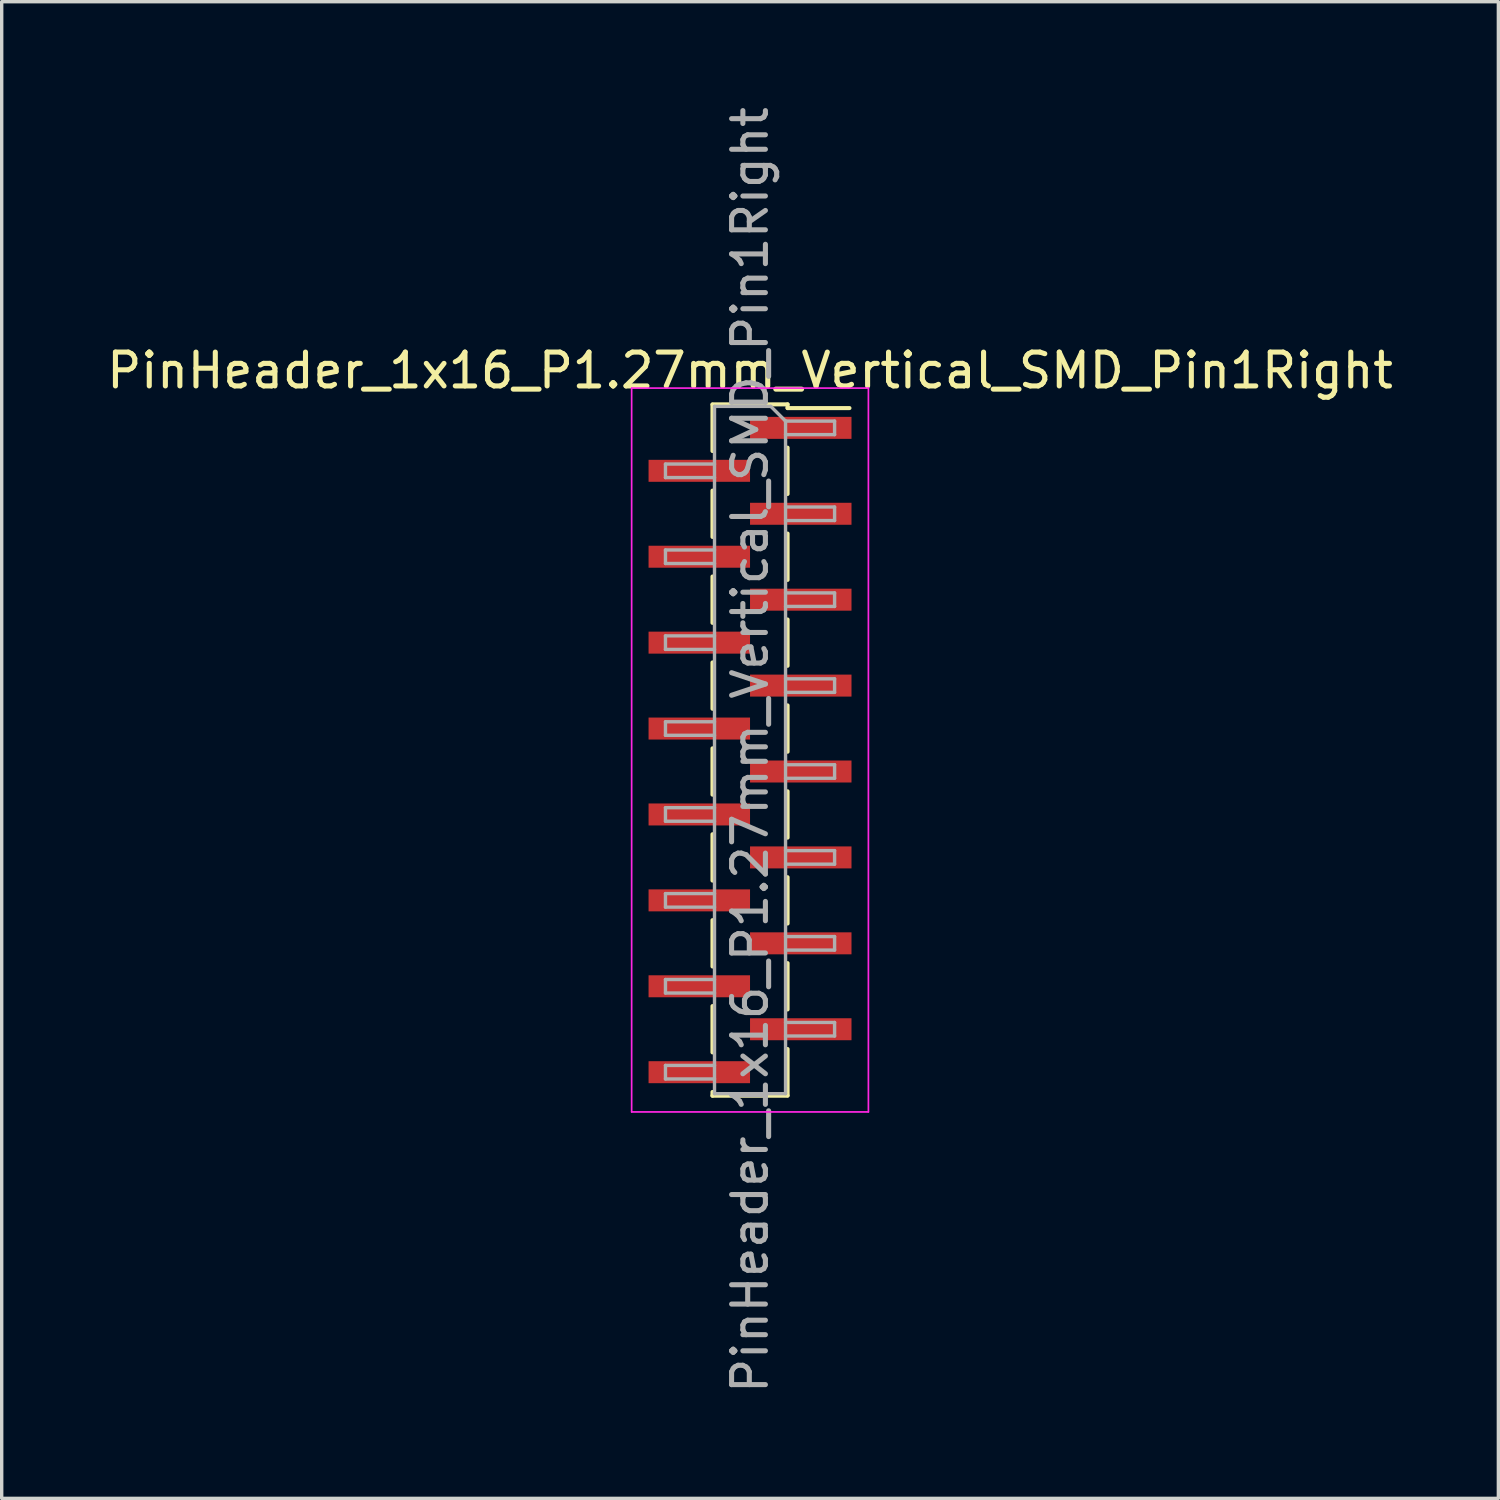
<source format=kicad_pcb>
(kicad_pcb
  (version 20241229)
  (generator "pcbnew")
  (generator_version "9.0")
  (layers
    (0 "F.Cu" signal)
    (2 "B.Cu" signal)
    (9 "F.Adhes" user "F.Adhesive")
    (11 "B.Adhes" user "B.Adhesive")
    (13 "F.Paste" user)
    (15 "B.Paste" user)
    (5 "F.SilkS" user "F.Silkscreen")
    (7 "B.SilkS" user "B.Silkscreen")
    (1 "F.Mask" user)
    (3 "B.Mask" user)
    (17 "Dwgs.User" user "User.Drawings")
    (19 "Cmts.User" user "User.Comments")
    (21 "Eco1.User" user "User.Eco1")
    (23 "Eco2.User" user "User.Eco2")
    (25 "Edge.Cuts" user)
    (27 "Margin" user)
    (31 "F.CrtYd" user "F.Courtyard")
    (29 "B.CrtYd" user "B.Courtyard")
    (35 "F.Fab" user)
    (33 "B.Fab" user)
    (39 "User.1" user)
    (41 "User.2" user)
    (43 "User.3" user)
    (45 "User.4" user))
  (footprint "PinHeader_1x16_P1.27mm_Vertical_SMD_Pin1Right"
    (layer "F.Cu")
    (at 19.125 19.125)
    (property "Reference" "PinHeader_1x16_P1.27mm_Vertical_SMD_Pin1Right" (at 0 -11.22 0) (layer "F.SilkS") (effects (font (size 1 1) (thickness 0.15))))
    (attr smd)
    (fp_line (start -1.11 -10.22) (end 1.11 -10.22) (stroke (width 0.12) (type solid)) (layer "F.SilkS"))
    (fp_line (start -1.11 -10.21) (end -1.11 -8.84) (stroke (width 0.12) (type solid)) (layer "F.SilkS"))
    (fp_line (start -1.11 -7.67) (end -1.11 -6.3) (stroke (width 0.12) (type solid)) (layer "F.SilkS"))
    (fp_line (start -1.11 -5.13) (end -1.11 -3.76) (stroke (width 0.12) (type solid)) (layer "F.SilkS"))
    (fp_line (start -1.11 -2.59) (end -1.11 -1.22) (stroke (width 0.12) (type solid)) (layer "F.SilkS"))
    (fp_line (start -1.11 -0.05) (end -1.11 1.32) (stroke (width 0.12) (type solid)) (layer "F.SilkS"))
    (fp_line (start -1.11 2.49) (end -1.11 3.86) (stroke (width 0.12) (type solid)) (layer "F.SilkS"))
    (fp_line (start -1.11 5.03) (end -1.11 6.4) (stroke (width 0.12) (type solid)) (layer "F.SilkS"))
    (fp_line (start -1.11 7.57) (end -1.11 8.94) (stroke (width 0.12) (type solid)) (layer "F.SilkS"))
    (fp_line (start -1.11 10.11) (end -1.11 10.22) (stroke (width 0.12) (type solid)) (layer "F.SilkS"))
    (fp_line (start -1.11 10.22) (end 1.11 10.22) (stroke (width 0.12) (type solid)) (layer "F.SilkS"))
    (fp_line (start 1.11 -10.22) (end 1.11 -10.11) (stroke (width 0.12) (type solid)) (layer "F.SilkS"))
    (fp_line (start 1.11 -10.11) (end 2.94 -10.11) (stroke (width 0.12) (type solid)) (layer "F.SilkS"))
    (fp_line (start 1.11 -8.94) (end 1.11 -7.57) (stroke (width 0.12) (type solid)) (layer "F.SilkS"))
    (fp_line (start 1.11 -6.4) (end 1.11 -5.03) (stroke (width 0.12) (type solid)) (layer "F.SilkS"))
    (fp_line (start 1.11 -3.86) (end 1.11 -2.49) (stroke (width 0.12) (type solid)) (layer "F.SilkS"))
    (fp_line (start 1.11 -1.32) (end 1.11 0.05) (stroke (width 0.12) (type solid)) (layer "F.SilkS"))
    (fp_line (start 1.11 1.22) (end 1.11 2.59) (stroke (width 0.12) (type solid)) (layer "F.SilkS"))
    (fp_line (start 1.11 3.76) (end 1.11 5.13) (stroke (width 0.12) (type solid)) (layer "F.SilkS"))
    (fp_line (start 1.11 6.3) (end 1.11 7.67) (stroke (width 0.12) (type solid)) (layer "F.SilkS"))
    (fp_line (start 1.11 8.84) (end 1.11 10.21) (stroke (width 0.12) (type solid)) (layer "F.SilkS"))
    (fp_line (start -3.5 -10.7) (end -3.5 10.7) (stroke (width 0.05) (type solid)) (layer "F.CrtYd"))
    (fp_line (start -3.5 10.7) (end 3.5 10.7) (stroke (width 0.05) (type solid)) (layer "F.CrtYd"))
    (fp_line (start 3.5 -10.7) (end -3.5 -10.7) (stroke (width 0.05) (type solid)) (layer "F.CrtYd"))
    (fp_line (start 3.5 10.7) (end 3.5 -10.7) (stroke (width 0.05) (type solid)) (layer "F.CrtYd"))
    (fp_line (start -2.5 -8.455) (end -2.5 -8.055) (stroke (width 0.1) (type solid)) (layer "F.Fab"))
    (fp_line (start -2.5 -8.055) (end -1.05 -8.055) (stroke (width 0.1) (type solid)) (layer "F.Fab"))
    (fp_line (start -2.5 -5.915) (end -2.5 -5.515) (stroke (width 0.1) (type solid)) (layer "F.Fab"))
    (fp_line (start -2.5 -5.515) (end -1.05 -5.515) (stroke (width 0.1) (type solid)) (layer "F.Fab"))
    (fp_line (start -2.5 -3.375) (end -2.5 -2.975) (stroke (width 0.1) (type solid)) (layer "F.Fab"))
    (fp_line (start -2.5 -2.975) (end -1.05 -2.975) (stroke (width 0.1) (type solid)) (layer "F.Fab"))
    (fp_line (start -2.5 -0.835) (end -2.5 -0.435) (stroke (width 0.1) (type solid)) (layer "F.Fab"))
    (fp_line (start -2.5 -0.435) (end -1.05 -0.435) (stroke (width 0.1) (type solid)) (layer "F.Fab"))
    (fp_line (start -2.5 1.705) (end -2.5 2.105) (stroke (width 0.1) (type solid)) (layer "F.Fab"))
    (fp_line (start -2.5 2.105) (end -1.05 2.105) (stroke (width 0.1) (type solid)) (layer "F.Fab"))
    (fp_line (start -2.5 4.245) (end -2.5 4.645) (stroke (width 0.1) (type solid)) (layer "F.Fab"))
    (fp_line (start -2.5 4.645) (end -1.05 4.645) (stroke (width 0.1) (type solid)) (layer "F.Fab"))
    (fp_line (start -2.5 6.785) (end -2.5 7.185) (stroke (width 0.1) (type solid)) (layer "F.Fab"))
    (fp_line (start -2.5 7.185) (end -1.05 7.185) (stroke (width 0.1) (type solid)) (layer "F.Fab"))
    (fp_line (start -2.5 9.325) (end -2.5 9.725) (stroke (width 0.1) (type solid)) (layer "F.Fab"))
    (fp_line (start -2.5 9.725) (end -1.05 9.725) (stroke (width 0.1) (type solid)) (layer "F.Fab"))
    (fp_line (start -1.05 -10.16) (end -1.05 10.16) (stroke (width 0.1) (type solid)) (layer "F.Fab"))
    (fp_line (start -1.05 -10.16) (end 0.615 -10.16) (stroke (width 0.1) (type solid)) (layer "F.Fab"))
    (fp_line (start -1.05 -8.455) (end -2.5 -8.455) (stroke (width 0.1) (type solid)) (layer "F.Fab"))
    (fp_line (start -1.05 -5.915) (end -2.5 -5.915) (stroke (width 0.1) (type solid)) (layer "F.Fab"))
    (fp_line (start -1.05 -3.375) (end -2.5 -3.375) (stroke (width 0.1) (type solid)) (layer "F.Fab"))
    (fp_line (start -1.05 -0.835) (end -2.5 -0.835) (stroke (width 0.1) (type solid)) (layer "F.Fab"))
    (fp_line (start -1.05 1.705) (end -2.5 1.705) (stroke (width 0.1) (type solid)) (layer "F.Fab"))
    (fp_line (start -1.05 4.245) (end -2.5 4.245) (stroke (width 0.1) (type solid)) (layer "F.Fab"))
    (fp_line (start -1.05 6.785) (end -2.5 6.785) (stroke (width 0.1) (type solid)) (layer "F.Fab"))
    (fp_line (start -1.05 9.325) (end -2.5 9.325) (stroke (width 0.1) (type solid)) (layer "F.Fab"))
    (fp_line (start 1.05 -9.725) (end 0.615 -10.16) (stroke (width 0.1) (type solid)) (layer "F.Fab"))
    (fp_line (start 1.05 -9.725) (end 2.5 -9.725) (stroke (width 0.1) (type solid)) (layer "F.Fab"))
    (fp_line (start 1.05 -7.185) (end 2.5 -7.185) (stroke (width 0.1) (type solid)) (layer "F.Fab"))
    (fp_line (start 1.05 -4.645) (end 2.5 -4.645) (stroke (width 0.1) (type solid)) (layer "F.Fab"))
    (fp_line (start 1.05 -2.105) (end 2.5 -2.105) (stroke (width 0.1) (type solid)) (layer "F.Fab"))
    (fp_line (start 1.05 0.435) (end 2.5 0.435) (stroke (width 0.1) (type solid)) (layer "F.Fab"))
    (fp_line (start 1.05 2.975) (end 2.5 2.975) (stroke (width 0.1) (type solid)) (layer "F.Fab"))
    (fp_line (start 1.05 5.515) (end 2.5 5.515) (stroke (width 0.1) (type solid)) (layer "F.Fab"))
    (fp_line (start 1.05 8.055) (end 2.5 8.055) (stroke (width 0.1) (type solid)) (layer "F.Fab"))
    (fp_line (start 1.05 10.16) (end -1.05 10.16) (stroke (width 0.1) (type solid)) (layer "F.Fab"))
    (fp_line (start 1.05 10.16) (end 1.05 -9.725) (stroke (width 0.1) (type solid)) (layer "F.Fab"))
    (fp_line (start 2.5 -9.725) (end 2.5 -9.325) (stroke (width 0.1) (type solid)) (layer "F.Fab"))
    (fp_line (start 2.5 -9.325) (end 1.05 -9.325) (stroke (width 0.1) (type solid)) (layer "F.Fab"))
    (fp_line (start 2.5 -7.185) (end 2.5 -6.785) (stroke (width 0.1) (type solid)) (layer "F.Fab"))
    (fp_line (start 2.5 -6.785) (end 1.05 -6.785) (stroke (width 0.1) (type solid)) (layer "F.Fab"))
    (fp_line (start 2.5 -4.645) (end 2.5 -4.245) (stroke (width 0.1) (type solid)) (layer "F.Fab"))
    (fp_line (start 2.5 -4.245) (end 1.05 -4.245) (stroke (width 0.1) (type solid)) (layer "F.Fab"))
    (fp_line (start 2.5 -2.105) (end 2.5 -1.705) (stroke (width 0.1) (type solid)) (layer "F.Fab"))
    (fp_line (start 2.5 -1.705) (end 1.05 -1.705) (stroke (width 0.1) (type solid)) (layer "F.Fab"))
    (fp_line (start 2.5 0.435) (end 2.5 0.835) (stroke (width 0.1) (type solid)) (layer "F.Fab"))
    (fp_line (start 2.5 0.835) (end 1.05 0.835) (stroke (width 0.1) (type solid)) (layer "F.Fab"))
    (fp_line (start 2.5 2.975) (end 2.5 3.375) (stroke (width 0.1) (type solid)) (layer "F.Fab"))
    (fp_line (start 2.5 3.375) (end 1.05 3.375) (stroke (width 0.1) (type solid)) (layer "F.Fab"))
    (fp_line (start 2.5 5.515) (end 2.5 5.915) (stroke (width 0.1) (type solid)) (layer "F.Fab"))
    (fp_line (start 2.5 5.915) (end 1.05 5.915) (stroke (width 0.1) (type solid)) (layer "F.Fab"))
    (fp_line (start 2.5 8.055) (end 2.5 8.455) (stroke (width 0.1) (type solid)) (layer "F.Fab"))
    (fp_line (start 2.5 8.455) (end 1.05 8.455) (stroke (width 0.1) (type solid)) (layer "F.Fab"))
    (fp_text user "${REFERENCE}" (at 0 0 90) (layer "F.Fab") (effects (font (size 1 1) (thickness 0.15))))
    (pad "1" smd rect (at 1.5 -9.525) (size 3 0.65) (layers "F.Cu" "F.Mask" "F.Paste"))
    (pad "2" smd rect (at -1.5 -8.255) (size 3 0.65) (layers "F.Cu" "F.Mask" "F.Paste"))
    (pad "3" smd rect (at 1.5 -6.985) (size 3 0.65) (layers "F.Cu" "F.Mask" "F.Paste"))
    (pad "4" smd rect (at -1.5 -5.715) (size 3 0.65) (layers "F.Cu" "F.Mask" "F.Paste"))
    (pad "5" smd rect (at 1.5 -4.445) (size 3 0.65) (layers "F.Cu" "F.Mask" "F.Paste"))
    (pad "6" smd rect (at -1.5 -3.175) (size 3 0.65) (layers "F.Cu" "F.Mask" "F.Paste"))
    (pad "7" smd rect (at 1.5 -1.905) (size 3 0.65) (layers "F.Cu" "F.Mask" "F.Paste"))
    (pad "8" smd rect (at -1.5 -0.635) (size 3 0.65) (layers "F.Cu" "F.Mask" "F.Paste"))
    (pad "9" smd rect (at 1.5 0.635) (size 3 0.65) (layers "F.Cu" "F.Mask" "F.Paste"))
    (pad "10" smd rect (at -1.5 1.905) (size 3 0.65) (layers "F.Cu" "F.Mask" "F.Paste"))
    (pad "11" smd rect (at 1.5 3.175) (size 3 0.65) (layers "F.Cu" "F.Mask" "F.Paste"))
    (pad "12" smd rect (at -1.5 4.445) (size 3 0.65) (layers "F.Cu" "F.Mask" "F.Paste"))
    (pad "13" smd rect (at 1.5 5.715) (size 3 0.65) (layers "F.Cu" "F.Mask" "F.Paste"))
    (pad "14" smd rect (at -1.5 6.985) (size 3 0.65) (layers "F.Cu" "F.Mask" "F.Paste"))
    (pad "15" smd rect (at 1.5 8.255) (size 3 0.65) (layers "F.Cu" "F.Mask" "F.Paste"))
    (pad "16" smd rect (at -1.5 9.525) (size 3 0.65) (layers "F.Cu" "F.Mask" "F.Paste")))
  (gr_rect
    (start -3 -3)
    (end 41.25 41.25)
    (stroke (width 0.1) (type default))
    (fill no)
    (layer "Edge.Cuts")))
</source>
